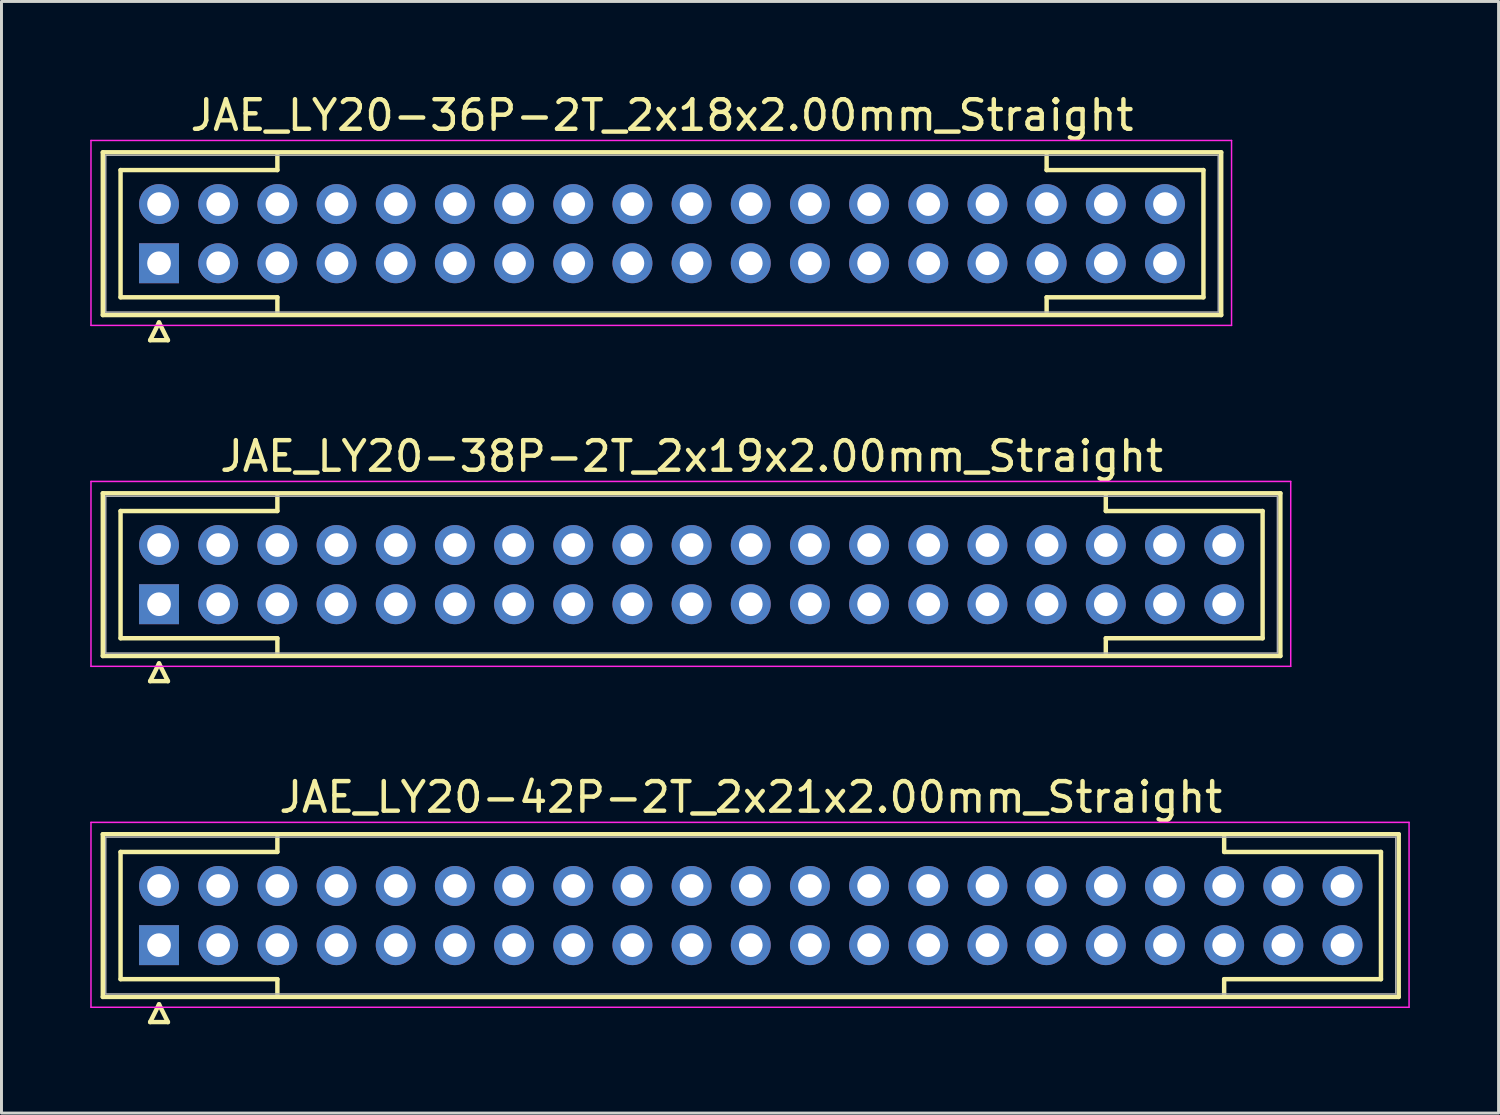
<source format=kicad_pcb>
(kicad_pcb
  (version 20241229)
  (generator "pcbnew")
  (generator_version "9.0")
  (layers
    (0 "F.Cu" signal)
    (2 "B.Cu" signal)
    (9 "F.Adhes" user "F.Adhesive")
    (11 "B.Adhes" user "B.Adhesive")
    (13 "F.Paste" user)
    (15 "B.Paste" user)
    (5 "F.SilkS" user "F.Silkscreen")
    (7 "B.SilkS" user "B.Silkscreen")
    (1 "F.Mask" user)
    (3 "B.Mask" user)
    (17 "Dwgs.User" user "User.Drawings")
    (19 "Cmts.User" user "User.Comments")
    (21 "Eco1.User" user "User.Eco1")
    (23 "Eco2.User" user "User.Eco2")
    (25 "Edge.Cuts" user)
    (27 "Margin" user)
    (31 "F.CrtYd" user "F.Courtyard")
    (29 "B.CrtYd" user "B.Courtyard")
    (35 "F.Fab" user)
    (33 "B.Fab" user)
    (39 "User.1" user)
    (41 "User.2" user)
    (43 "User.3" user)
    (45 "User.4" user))
  (footprint "JAE_LY20-36P-2T_2x18x2.00mm_Straight"
    (layer "F.Cu")
    (at 2.325 5.848)
    (property "Reference" "JAE_LY20-36P-2T_2x18x2.00mm_Straight" (at 17 -5 0) (layer "F.SilkS") (effects (font (size 1 1) (thickness 0.15))))
    (attr through_hole)
    (fp_line (start -1.9 -3.75) (end -1.9 1.75) (stroke (width 0.15) (type solid)) (layer "F.SilkS"))
    (fp_line (start -1.9 1.75) (end 35.9 1.75) (stroke (width 0.15) (type solid)) (layer "F.SilkS"))
    (fp_line (start -1.3 -3.15) (end 4 -3.15) (stroke (width 0.15) (type solid)) (layer "F.SilkS"))
    (fp_line (start -1.3 1.15) (end -1.3 -3.15) (stroke (width 0.15) (type solid)) (layer "F.SilkS"))
    (fp_line (start -0.3 2.6) (end 0.3 2.6) (stroke (width 0.15) (type solid)) (layer "F.SilkS"))
    (fp_line (start 0 2) (end -0.3 2.6) (stroke (width 0.15) (type solid)) (layer "F.SilkS"))
    (fp_line (start 0.3 2.6) (end 0 2) (stroke (width 0.15) (type solid)) (layer "F.SilkS"))
    (fp_line (start 4 -3.15) (end 4 -3.65) (stroke (width 0.15) (type solid)) (layer "F.SilkS"))
    (fp_line (start 4 1.15) (end -1.3 1.15) (stroke (width 0.15) (type solid)) (layer "F.SilkS"))
    (fp_line (start 4 1.65) (end 4 1.15) (stroke (width 0.15) (type solid)) (layer "F.SilkS"))
    (fp_line (start 30 -3.15) (end 30 -3.65) (stroke (width 0.15) (type solid)) (layer "F.SilkS"))
    (fp_line (start 30 1.15) (end 35.3 1.15) (stroke (width 0.15) (type solid)) (layer "F.SilkS"))
    (fp_line (start 30 1.65) (end 30 1.15) (stroke (width 0.15) (type solid)) (layer "F.SilkS"))
    (fp_line (start 35.3 -3.15) (end 30 -3.15) (stroke (width 0.15) (type solid)) (layer "F.SilkS"))
    (fp_line (start 35.3 1.15) (end 35.3 -3.15) (stroke (width 0.15) (type solid)) (layer "F.SilkS"))
    (fp_line (start 35.9 -3.75) (end -1.9 -3.75) (stroke (width 0.15) (type solid)) (layer "F.SilkS"))
    (fp_line (start 35.9 1.75) (end 35.9 -3.75) (stroke (width 0.15) (type solid)) (layer "F.SilkS"))
    (fp_line (start -2.3 -4.15) (end -2.3 2.1) (stroke (width 0.05) (type solid)) (layer "F.CrtYd"))
    (fp_line (start -2.3 2.1) (end 36.25 2.1) (stroke (width 0.05) (type solid)) (layer "F.CrtYd"))
    (fp_line (start 36.25 -4.15) (end -2.3 -4.15) (stroke (width 0.05) (type solid)) (layer "F.CrtYd"))
    (fp_line (start 36.25 2.1) (end 36.25 -4.15) (stroke (width 0.05) (type solid)) (layer "F.CrtYd"))
    (fp_line (start -1.8 -3.65) (end -1.8 1.65) (stroke (width 0.05) (type solid)) (layer "F.Fab"))
    (fp_line (start -1.8 1.65) (end 35.8 1.65) (stroke (width 0.05) (type solid)) (layer "F.Fab"))
    (fp_line (start 35.8 -3.65) (end -1.8 -3.65) (stroke (width 0.05) (type solid)) (layer "F.Fab"))
    (fp_line (start 35.8 1.65) (end 35.8 -3.65) (stroke (width 0.05) (type solid)) (layer "F.Fab"))
    (pad "1" thru_hole rect (at 0 0) (size 1.35 1.35) (drill 0.8) (layers "*.Cu" "*.Mask"))
    (pad "2" thru_hole circle (at 2 0) (size 1.35 1.35) (drill 0.8) (layers "*.Cu" "*.Mask"))
    (pad "3" thru_hole circle (at 4 0) (size 1.35 1.35) (drill 0.8) (layers "*.Cu" "*.Mask"))
    (pad "4" thru_hole circle (at 6 0) (size 1.35 1.35) (drill 0.8) (layers "*.Cu" "*.Mask"))
    (pad "5" thru_hole circle (at 8 0) (size 1.35 1.35) (drill 0.8) (layers "*.Cu" "*.Mask"))
    (pad "6" thru_hole circle (at 10 0) (size 1.35 1.35) (drill 0.8) (layers "*.Cu" "*.Mask"))
    (pad "7" thru_hole circle (at 12 0) (size 1.35 1.35) (drill 0.8) (layers "*.Cu" "*.Mask"))
    (pad "8" thru_hole circle (at 14 0) (size 1.35 1.35) (drill 0.8) (layers "*.Cu" "*.Mask"))
    (pad "9" thru_hole circle (at 16 0) (size 1.35 1.35) (drill 0.8) (layers "*.Cu" "*.Mask"))
    (pad "10" thru_hole circle (at 18 0) (size 1.35 1.35) (drill 0.8) (layers "*.Cu" "*.Mask"))
    (pad "11" thru_hole circle (at 20 0) (size 1.35 1.35) (drill 0.8) (layers "*.Cu" "*.Mask"))
    (pad "12" thru_hole circle (at 22 0) (size 1.35 1.35) (drill 0.8) (layers "*.Cu" "*.Mask"))
    (pad "13" thru_hole circle (at 24 0) (size 1.35 1.35) (drill 0.8) (layers "*.Cu" "*.Mask"))
    (pad "14" thru_hole circle (at 26 0) (size 1.35 1.35) (drill 0.8) (layers "*.Cu" "*.Mask"))
    (pad "15" thru_hole circle (at 28 0) (size 1.35 1.35) (drill 0.8) (layers "*.Cu" "*.Mask"))
    (pad "16" thru_hole circle (at 30 0) (size 1.35 1.35) (drill 0.8) (layers "*.Cu" "*.Mask"))
    (pad "17" thru_hole circle (at 32 0) (size 1.35 1.35) (drill 0.8) (layers "*.Cu" "*.Mask"))
    (pad "18" thru_hole circle (at 34 0) (size 1.35 1.35) (drill 0.8) (layers "*.Cu" "*.Mask"))
    (pad "19" thru_hole circle (at 0 -2) (size 1.35 1.35) (drill 0.8) (layers "*.Cu" "*.Mask"))
    (pad "20" thru_hole circle (at 2 -2) (size 1.35 1.35) (drill 0.8) (layers "*.Cu" "*.Mask"))
    (pad "21" thru_hole circle (at 4 -2) (size 1.35 1.35) (drill 0.8) (layers "*.Cu" "*.Mask"))
    (pad "22" thru_hole circle (at 6 -2) (size 1.35 1.35) (drill 0.8) (layers "*.Cu" "*.Mask"))
    (pad "23" thru_hole circle (at 8 -2) (size 1.35 1.35) (drill 0.8) (layers "*.Cu" "*.Mask"))
    (pad "24" thru_hole circle (at 10 -2) (size 1.35 1.35) (drill 0.8) (layers "*.Cu" "*.Mask"))
    (pad "25" thru_hole circle (at 12 -2) (size 1.35 1.35) (drill 0.8) (layers "*.Cu" "*.Mask"))
    (pad "26" thru_hole circle (at 14 -2) (size 1.35 1.35) (drill 0.8) (layers "*.Cu" "*.Mask"))
    (pad "27" thru_hole circle (at 16 -2) (size 1.35 1.35) (drill 0.8) (layers "*.Cu" "*.Mask"))
    (pad "28" thru_hole circle (at 18 -2) (size 1.35 1.35) (drill 0.8) (layers "*.Cu" "*.Mask"))
    (pad "29" thru_hole circle (at 20 -2) (size 1.35 1.35) (drill 0.8) (layers "*.Cu" "*.Mask"))
    (pad "30" thru_hole circle (at 22 -2) (size 1.35 1.35) (drill 0.8) (layers "*.Cu" "*.Mask"))
    (pad "31" thru_hole circle (at 24 -2) (size 1.35 1.35) (drill 0.8) (layers "*.Cu" "*.Mask"))
    (pad "32" thru_hole circle (at 26 -2) (size 1.35 1.35) (drill 0.8) (layers "*.Cu" "*.Mask"))
    (pad "33" thru_hole circle (at 28 -2) (size 1.35 1.35) (drill 0.8) (layers "*.Cu" "*.Mask"))
    (pad "34" thru_hole circle (at 30 -2) (size 1.35 1.35) (drill 0.8) (layers "*.Cu" "*.Mask"))
    (pad "35" thru_hole circle (at 32 -2) (size 1.35 1.35) (drill 0.8) (layers "*.Cu" "*.Mask"))
    (pad "36" thru_hole circle (at 34 -2) (size 1.35 1.35) (drill 0.8) (layers "*.Cu" "*.Mask")))
  (footprint "JAE_LY20-42P-2T_2x21x2.00mm_Straight"
    (layer "F.Cu")
    (at 2.325 28.895)
    (property "Reference" "JAE_LY20-42P-2T_2x21x2.00mm_Straight" (at 20 -5 0) (layer "F.SilkS") (effects (font (size 1 1) (thickness 0.15))))
    (attr through_hole)
    (fp_line (start -1.9 -3.75) (end -1.9 1.75) (stroke (width 0.15) (type solid)) (layer "F.SilkS"))
    (fp_line (start -1.9 1.75) (end 41.9 1.75) (stroke (width 0.15) (type solid)) (layer "F.SilkS"))
    (fp_line (start -1.3 -3.15) (end 4 -3.15) (stroke (width 0.15) (type solid)) (layer "F.SilkS"))
    (fp_line (start -1.3 1.15) (end -1.3 -3.15) (stroke (width 0.15) (type solid)) (layer "F.SilkS"))
    (fp_line (start -0.3 2.6) (end 0.3 2.6) (stroke (width 0.15) (type solid)) (layer "F.SilkS"))
    (fp_line (start 0 2) (end -0.3 2.6) (stroke (width 0.15) (type solid)) (layer "F.SilkS"))
    (fp_line (start 0.3 2.6) (end 0 2) (stroke (width 0.15) (type solid)) (layer "F.SilkS"))
    (fp_line (start 4 -3.15) (end 4 -3.65) (stroke (width 0.15) (type solid)) (layer "F.SilkS"))
    (fp_line (start 4 1.15) (end -1.3 1.15) (stroke (width 0.15) (type solid)) (layer "F.SilkS"))
    (fp_line (start 4 1.65) (end 4 1.15) (stroke (width 0.15) (type solid)) (layer "F.SilkS"))
    (fp_line (start 36 -3.15) (end 36 -3.65) (stroke (width 0.15) (type solid)) (layer "F.SilkS"))
    (fp_line (start 36 1.15) (end 41.3 1.15) (stroke (width 0.15) (type solid)) (layer "F.SilkS"))
    (fp_line (start 36 1.65) (end 36 1.15) (stroke (width 0.15) (type solid)) (layer "F.SilkS"))
    (fp_line (start 41.3 -3.15) (end 36 -3.15) (stroke (width 0.15) (type solid)) (layer "F.SilkS"))
    (fp_line (start 41.3 1.15) (end 41.3 -3.15) (stroke (width 0.15) (type solid)) (layer "F.SilkS"))
    (fp_line (start 41.9 -3.75) (end -1.9 -3.75) (stroke (width 0.15) (type solid)) (layer "F.SilkS"))
    (fp_line (start 41.9 1.75) (end 41.9 -3.75) (stroke (width 0.15) (type solid)) (layer "F.SilkS"))
    (fp_line (start -2.3 -4.15) (end -2.3 2.1) (stroke (width 0.05) (type solid)) (layer "F.CrtYd"))
    (fp_line (start -2.3 2.1) (end 42.25 2.1) (stroke (width 0.05) (type solid)) (layer "F.CrtYd"))
    (fp_line (start 42.25 -4.15) (end -2.3 -4.15) (stroke (width 0.05) (type solid)) (layer "F.CrtYd"))
    (fp_line (start 42.25 2.1) (end 42.25 -4.15) (stroke (width 0.05) (type solid)) (layer "F.CrtYd"))
    (fp_line (start -1.8 -3.65) (end -1.8 1.65) (stroke (width 0.05) (type solid)) (layer "F.Fab"))
    (fp_line (start -1.8 1.65) (end 41.8 1.65) (stroke (width 0.05) (type solid)) (layer "F.Fab"))
    (fp_line (start 41.8 -3.65) (end -1.8 -3.65) (stroke (width 0.05) (type solid)) (layer "F.Fab"))
    (fp_line (start 41.8 1.65) (end 41.8 -3.65) (stroke (width 0.05) (type solid)) (layer "F.Fab"))
    (pad "1" thru_hole rect (at 0 0) (size 1.35 1.35) (drill 0.8) (layers "*.Cu" "*.Mask"))
    (pad "2" thru_hole circle (at 2 0) (size 1.35 1.35) (drill 0.8) (layers "*.Cu" "*.Mask"))
    (pad "3" thru_hole circle (at 4 0) (size 1.35 1.35) (drill 0.8) (layers "*.Cu" "*.Mask"))
    (pad "4" thru_hole circle (at 6 0) (size 1.35 1.35) (drill 0.8) (layers "*.Cu" "*.Mask"))
    (pad "5" thru_hole circle (at 8 0) (size 1.35 1.35) (drill 0.8) (layers "*.Cu" "*.Mask"))
    (pad "6" thru_hole circle (at 10 0) (size 1.35 1.35) (drill 0.8) (layers "*.Cu" "*.Mask"))
    (pad "7" thru_hole circle (at 12 0) (size 1.35 1.35) (drill 0.8) (layers "*.Cu" "*.Mask"))
    (pad "8" thru_hole circle (at 14 0) (size 1.35 1.35) (drill 0.8) (layers "*.Cu" "*.Mask"))
    (pad "9" thru_hole circle (at 16 0) (size 1.35 1.35) (drill 0.8) (layers "*.Cu" "*.Mask"))
    (pad "10" thru_hole circle (at 18 0) (size 1.35 1.35) (drill 0.8) (layers "*.Cu" "*.Mask"))
    (pad "11" thru_hole circle (at 20 0) (size 1.35 1.35) (drill 0.8) (layers "*.Cu" "*.Mask"))
    (pad "12" thru_hole circle (at 22 0) (size 1.35 1.35) (drill 0.8) (layers "*.Cu" "*.Mask"))
    (pad "13" thru_hole circle (at 24 0) (size 1.35 1.35) (drill 0.8) (layers "*.Cu" "*.Mask"))
    (pad "14" thru_hole circle (at 26 0) (size 1.35 1.35) (drill 0.8) (layers "*.Cu" "*.Mask"))
    (pad "15" thru_hole circle (at 28 0) (size 1.35 1.35) (drill 0.8) (layers "*.Cu" "*.Mask"))
    (pad "16" thru_hole circle (at 30 0) (size 1.35 1.35) (drill 0.8) (layers "*.Cu" "*.Mask"))
    (pad "17" thru_hole circle (at 32 0) (size 1.35 1.35) (drill 0.8) (layers "*.Cu" "*.Mask"))
    (pad "18" thru_hole circle (at 34 0) (size 1.35 1.35) (drill 0.8) (layers "*.Cu" "*.Mask"))
    (pad "19" thru_hole circle (at 36 0) (size 1.35 1.35) (drill 0.8) (layers "*.Cu" "*.Mask"))
    (pad "20" thru_hole circle (at 38 0) (size 1.35 1.35) (drill 0.8) (layers "*.Cu" "*.Mask"))
    (pad "21" thru_hole circle (at 40 0) (size 1.35 1.35) (drill 0.8) (layers "*.Cu" "*.Mask"))
    (pad "22" thru_hole circle (at 0 -2) (size 1.35 1.35) (drill 0.8) (layers "*.Cu" "*.Mask"))
    (pad "23" thru_hole circle (at 2 -2) (size 1.35 1.35) (drill 0.8) (layers "*.Cu" "*.Mask"))
    (pad "24" thru_hole circle (at 4 -2) (size 1.35 1.35) (drill 0.8) (layers "*.Cu" "*.Mask"))
    (pad "25" thru_hole circle (at 6 -2) (size 1.35 1.35) (drill 0.8) (layers "*.Cu" "*.Mask"))
    (pad "26" thru_hole circle (at 8 -2) (size 1.35 1.35) (drill 0.8) (layers "*.Cu" "*.Mask"))
    (pad "27" thru_hole circle (at 10 -2) (size 1.35 1.35) (drill 0.8) (layers "*.Cu" "*.Mask"))
    (pad "28" thru_hole circle (at 12 -2) (size 1.35 1.35) (drill 0.8) (layers "*.Cu" "*.Mask"))
    (pad "29" thru_hole circle (at 14 -2) (size 1.35 1.35) (drill 0.8) (layers "*.Cu" "*.Mask"))
    (pad "30" thru_hole circle (at 16 -2) (size 1.35 1.35) (drill 0.8) (layers "*.Cu" "*.Mask"))
    (pad "31" thru_hole circle (at 18 -2) (size 1.35 1.35) (drill 0.8) (layers "*.Cu" "*.Mask"))
    (pad "32" thru_hole circle (at 20 -2) (size 1.35 1.35) (drill 0.8) (layers "*.Cu" "*.Mask"))
    (pad "33" thru_hole circle (at 22 -2) (size 1.35 1.35) (drill 0.8) (layers "*.Cu" "*.Mask"))
    (pad "34" thru_hole circle (at 24 -2) (size 1.35 1.35) (drill 0.8) (layers "*.Cu" "*.Mask"))
    (pad "35" thru_hole circle (at 26 -2) (size 1.35 1.35) (drill 0.8) (layers "*.Cu" "*.Mask"))
    (pad "36" thru_hole circle (at 28 -2) (size 1.35 1.35) (drill 0.8) (layers "*.Cu" "*.Mask"))
    (pad "37" thru_hole circle (at 30 -2) (size 1.35 1.35) (drill 0.8) (layers "*.Cu" "*.Mask"))
    (pad "38" thru_hole circle (at 32 -2) (size 1.35 1.35) (drill 0.8) (layers "*.Cu" "*.Mask"))
    (pad "39" thru_hole circle (at 34 -2) (size 1.35 1.35) (drill 0.8) (layers "*.Cu" "*.Mask"))
    (pad "40" thru_hole circle (at 36 -2) (size 1.35 1.35) (drill 0.8) (layers "*.Cu" "*.Mask"))
    (pad "41" thru_hole circle (at 38 -2) (size 1.35 1.35) (drill 0.8) (layers "*.Cu" "*.Mask"))
    (pad "42" thru_hole circle (at 40 -2) (size 1.35 1.35) (drill 0.8) (layers "*.Cu" "*.Mask")))
  (footprint "JAE_LY20-38P-2T_2x19x2.00mm_Straight"
    (layer "F.Cu")
    (at 2.325 17.372)
    (property "Reference" "JAE_LY20-38P-2T_2x19x2.00mm_Straight" (at 18 -5 0) (layer "F.SilkS") (effects (font (size 1 1) (thickness 0.15))))
    (attr through_hole)
    (fp_line (start -1.9 -3.75) (end -1.9 1.75) (stroke (width 0.15) (type solid)) (layer "F.SilkS"))
    (fp_line (start -1.9 1.75) (end 37.9 1.75) (stroke (width 0.15) (type solid)) (layer "F.SilkS"))
    (fp_line (start -1.3 -3.15) (end 4 -3.15) (stroke (width 0.15) (type solid)) (layer "F.SilkS"))
    (fp_line (start -1.3 1.15) (end -1.3 -3.15) (stroke (width 0.15) (type solid)) (layer "F.SilkS"))
    (fp_line (start -0.3 2.6) (end 0.3 2.6) (stroke (width 0.15) (type solid)) (layer "F.SilkS"))
    (fp_line (start 0 2) (end -0.3 2.6) (stroke (width 0.15) (type solid)) (layer "F.SilkS"))
    (fp_line (start 0.3 2.6) (end 0 2) (stroke (width 0.15) (type solid)) (layer "F.SilkS"))
    (fp_line (start 4 -3.15) (end 4 -3.65) (stroke (width 0.15) (type solid)) (layer "F.SilkS"))
    (fp_line (start 4 1.15) (end -1.3 1.15) (stroke (width 0.15) (type solid)) (layer "F.SilkS"))
    (fp_line (start 4 1.65) (end 4 1.15) (stroke (width 0.15) (type solid)) (layer "F.SilkS"))
    (fp_line (start 32 -3.15) (end 32 -3.65) (stroke (width 0.15) (type solid)) (layer "F.SilkS"))
    (fp_line (start 32 1.15) (end 37.3 1.15) (stroke (width 0.15) (type solid)) (layer "F.SilkS"))
    (fp_line (start 32 1.65) (end 32 1.15) (stroke (width 0.15) (type solid)) (layer "F.SilkS"))
    (fp_line (start 37.3 -3.15) (end 32 -3.15) (stroke (width 0.15) (type solid)) (layer "F.SilkS"))
    (fp_line (start 37.3 1.15) (end 37.3 -3.15) (stroke (width 0.15) (type solid)) (layer "F.SilkS"))
    (fp_line (start 37.9 -3.75) (end -1.9 -3.75) (stroke (width 0.15) (type solid)) (layer "F.SilkS"))
    (fp_line (start 37.9 1.75) (end 37.9 -3.75) (stroke (width 0.15) (type solid)) (layer "F.SilkS"))
    (fp_line (start -2.3 -4.15) (end -2.3 2.1) (stroke (width 0.05) (type solid)) (layer "F.CrtYd"))
    (fp_line (start -2.3 2.1) (end 38.25 2.1) (stroke (width 0.05) (type solid)) (layer "F.CrtYd"))
    (fp_line (start 38.25 -4.15) (end -2.3 -4.15) (stroke (width 0.05) (type solid)) (layer "F.CrtYd"))
    (fp_line (start 38.25 2.1) (end 38.25 -4.15) (stroke (width 0.05) (type solid)) (layer "F.CrtYd"))
    (fp_line (start -1.8 -3.65) (end -1.8 1.65) (stroke (width 0.05) (type solid)) (layer "F.Fab"))
    (fp_line (start -1.8 1.65) (end 37.8 1.65) (stroke (width 0.05) (type solid)) (layer "F.Fab"))
    (fp_line (start 37.8 -3.65) (end -1.8 -3.65) (stroke (width 0.05) (type solid)) (layer "F.Fab"))
    (fp_line (start 37.8 1.65) (end 37.8 -3.65) (stroke (width 0.05) (type solid)) (layer "F.Fab"))
    (pad "1" thru_hole rect (at 0 0) (size 1.35 1.35) (drill 0.8) (layers "*.Cu" "*.Mask"))
    (pad "2" thru_hole circle (at 2 0) (size 1.35 1.35) (drill 0.8) (layers "*.Cu" "*.Mask"))
    (pad "3" thru_hole circle (at 4 0) (size 1.35 1.35) (drill 0.8) (layers "*.Cu" "*.Mask"))
    (pad "4" thru_hole circle (at 6 0) (size 1.35 1.35) (drill 0.8) (layers "*.Cu" "*.Mask"))
    (pad "5" thru_hole circle (at 8 0) (size 1.35 1.35) (drill 0.8) (layers "*.Cu" "*.Mask"))
    (pad "6" thru_hole circle (at 10 0) (size 1.35 1.35) (drill 0.8) (layers "*.Cu" "*.Mask"))
    (pad "7" thru_hole circle (at 12 0) (size 1.35 1.35) (drill 0.8) (layers "*.Cu" "*.Mask"))
    (pad "8" thru_hole circle (at 14 0) (size 1.35 1.35) (drill 0.8) (layers "*.Cu" "*.Mask"))
    (pad "9" thru_hole circle (at 16 0) (size 1.35 1.35) (drill 0.8) (layers "*.Cu" "*.Mask"))
    (pad "10" thru_hole circle (at 18 0) (size 1.35 1.35) (drill 0.8) (layers "*.Cu" "*.Mask"))
    (pad "11" thru_hole circle (at 20 0) (size 1.35 1.35) (drill 0.8) (layers "*.Cu" "*.Mask"))
    (pad "12" thru_hole circle (at 22 0) (size 1.35 1.35) (drill 0.8) (layers "*.Cu" "*.Mask"))
    (pad "13" thru_hole circle (at 24 0) (size 1.35 1.35) (drill 0.8) (layers "*.Cu" "*.Mask"))
    (pad "14" thru_hole circle (at 26 0) (size 1.35 1.35) (drill 0.8) (layers "*.Cu" "*.Mask"))
    (pad "15" thru_hole circle (at 28 0) (size 1.35 1.35) (drill 0.8) (layers "*.Cu" "*.Mask"))
    (pad "16" thru_hole circle (at 30 0) (size 1.35 1.35) (drill 0.8) (layers "*.Cu" "*.Mask"))
    (pad "17" thru_hole circle (at 32 0) (size 1.35 1.35) (drill 0.8) (layers "*.Cu" "*.Mask"))
    (pad "18" thru_hole circle (at 34 0) (size 1.35 1.35) (drill 0.8) (layers "*.Cu" "*.Mask"))
    (pad "19" thru_hole circle (at 36 0) (size 1.35 1.35) (drill 0.8) (layers "*.Cu" "*.Mask"))
    (pad "20" thru_hole circle (at 0 -2) (size 1.35 1.35) (drill 0.8) (layers "*.Cu" "*.Mask"))
    (pad "21" thru_hole circle (at 2 -2) (size 1.35 1.35) (drill 0.8) (layers "*.Cu" "*.Mask"))
    (pad "22" thru_hole circle (at 4 -2) (size 1.35 1.35) (drill 0.8) (layers "*.Cu" "*.Mask"))
    (pad "23" thru_hole circle (at 6 -2) (size 1.35 1.35) (drill 0.8) (layers "*.Cu" "*.Mask"))
    (pad "24" thru_hole circle (at 8 -2) (size 1.35 1.35) (drill 0.8) (layers "*.Cu" "*.Mask"))
    (pad "25" thru_hole circle (at 10 -2) (size 1.35 1.35) (drill 0.8) (layers "*.Cu" "*.Mask"))
    (pad "26" thru_hole circle (at 12 -2) (size 1.35 1.35) (drill 0.8) (layers "*.Cu" "*.Mask"))
    (pad "27" thru_hole circle (at 14 -2) (size 1.35 1.35) (drill 0.8) (layers "*.Cu" "*.Mask"))
    (pad "28" thru_hole circle (at 16 -2) (size 1.35 1.35) (drill 0.8) (layers "*.Cu" "*.Mask"))
    (pad "29" thru_hole circle (at 18 -2) (size 1.35 1.35) (drill 0.8) (layers "*.Cu" "*.Mask"))
    (pad "30" thru_hole circle (at 20 -2) (size 1.35 1.35) (drill 0.8) (layers "*.Cu" "*.Mask"))
    (pad "31" thru_hole circle (at 22 -2) (size 1.35 1.35) (drill 0.8) (layers "*.Cu" "*.Mask"))
    (pad "32" thru_hole circle (at 24 -2) (size 1.35 1.35) (drill 0.8) (layers "*.Cu" "*.Mask"))
    (pad "33" thru_hole circle (at 26 -2) (size 1.35 1.35) (drill 0.8) (layers "*.Cu" "*.Mask"))
    (pad "34" thru_hole circle (at 28 -2) (size 1.35 1.35) (drill 0.8) (layers "*.Cu" "*.Mask"))
    (pad "35" thru_hole circle (at 30 -2) (size 1.35 1.35) (drill 0.8) (layers "*.Cu" "*.Mask"))
    (pad "36" thru_hole circle (at 32 -2) (size 1.35 1.35) (drill 0.8) (layers "*.Cu" "*.Mask"))
    (pad "37" thru_hole circle (at 34 -2) (size 1.35 1.35) (drill 0.8) (layers "*.Cu" "*.Mask"))
    (pad "38" thru_hole circle (at 36 -2) (size 1.35 1.35) (drill 0.8) (layers "*.Cu" "*.Mask")))
  (gr_rect
    (start -3 -3)
    (end 47.6 34.57)
    (stroke (width 0.1) (type default))
    (fill no)
    (layer "Edge.Cuts")))
</source>
